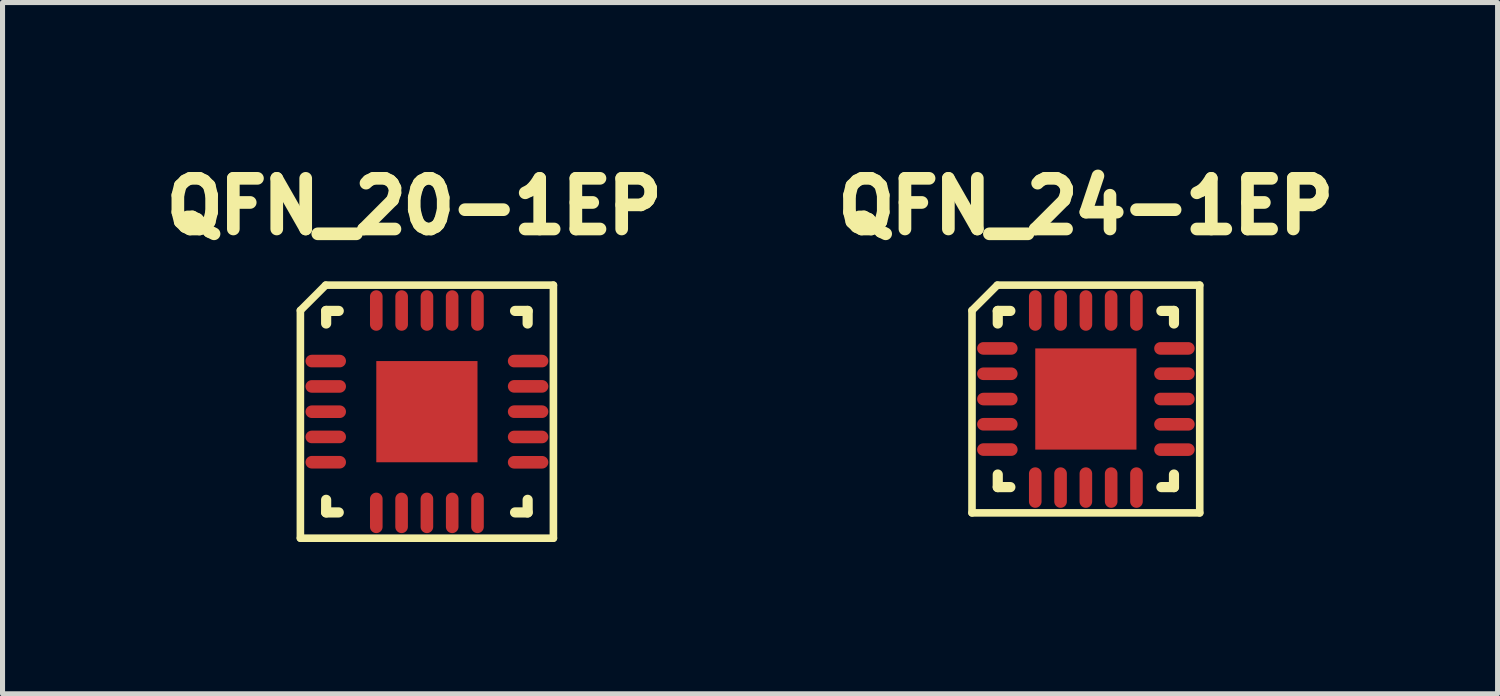
<source format=kicad_pcb>
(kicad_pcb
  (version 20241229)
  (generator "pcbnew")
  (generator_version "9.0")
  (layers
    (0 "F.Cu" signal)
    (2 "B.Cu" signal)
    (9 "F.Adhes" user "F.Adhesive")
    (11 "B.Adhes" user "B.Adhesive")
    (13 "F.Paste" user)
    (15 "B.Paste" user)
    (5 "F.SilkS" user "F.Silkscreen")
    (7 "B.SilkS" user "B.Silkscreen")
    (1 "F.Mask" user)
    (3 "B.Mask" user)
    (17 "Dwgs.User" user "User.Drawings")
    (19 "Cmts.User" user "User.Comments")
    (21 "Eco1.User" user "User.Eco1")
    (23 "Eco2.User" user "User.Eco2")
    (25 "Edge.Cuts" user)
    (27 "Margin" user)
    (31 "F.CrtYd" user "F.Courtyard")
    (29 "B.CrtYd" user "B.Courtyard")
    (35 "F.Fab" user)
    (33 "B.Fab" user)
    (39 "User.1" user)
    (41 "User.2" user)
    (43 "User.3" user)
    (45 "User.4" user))
  (footprint "QFN_20-1EP"
    (layer "F.Cu")
    (at 5.136 4.835)
    (property "Reference" "QFN_20-1EP" (at 0 -3.81 0) (layer "F.SilkS") (effects (font (size 1.001 1.001) (thickness 0.305))))
    (attr through_hole)
    (fp_line (start -2.25 2.75) (end -2.25 -1.75) (stroke (width 0.15) (type solid)) (layer "F.SilkS"))
    (fp_line (start -1.75 -2.25) (end -2.25 -1.75) (stroke (width 0.15) (type solid)) (layer "F.SilkS"))
    (fp_line (start -1.75 -2.25) (end 2.75 -2.25) (stroke (width 0.15) (type solid)) (layer "F.SilkS"))
    (fp_line (start -1.741 -1.741) (end -1.492 -1.741) (stroke (width 0.201) (type solid)) (layer "F.SilkS"))
    (fp_line (start -1.741 -1.492) (end -1.741 -1.741) (stroke (width 0.201) (type solid)) (layer "F.SilkS"))
    (fp_line (start -1.741 2.241) (end -1.741 1.992) (stroke (width 0.201) (type solid)) (layer "F.SilkS"))
    (fp_line (start -1.492 2.241) (end -1.741 2.241) (stroke (width 0.201) (type solid)) (layer "F.SilkS"))
    (fp_line (start 1.992 -1.741) (end 2.241 -1.741) (stroke (width 0.201) (type solid)) (layer "F.SilkS"))
    (fp_line (start 2.241 -1.741) (end 2.241 -1.492) (stroke (width 0.201) (type solid)) (layer "F.SilkS"))
    (fp_line (start 2.241 1.992) (end 2.241 2.241) (stroke (width 0.201) (type solid)) (layer "F.SilkS"))
    (fp_line (start 2.241 2.241) (end 1.992 2.241) (stroke (width 0.201) (type solid)) (layer "F.SilkS"))
    (fp_line (start 2.75 -2.25) (end 2.75 2.75) (stroke (width 0.15) (type solid)) (layer "F.SilkS"))
    (fp_line (start 2.75 2.75) (end -2.25 2.75) (stroke (width 0.15) (type solid)) (layer "F.SilkS"))
    (pad "1" smd oval (at -1.749 -0.75) (size 0.8 0.249) (layers "F.Cu" "F.Mask" "F.Paste"))
    (pad "2" smd oval (at -1.749 -0.249) (size 0.8 0.249) (layers "F.Cu" "F.Mask" "F.Paste"))
    (pad "3" smd oval (at -1.749 0.251) (size 0.8 0.249) (layers "F.Cu" "F.Mask" "F.Paste"))
    (pad "4" smd oval (at -1.749 0.749) (size 0.8 0.249) (layers "F.Cu" "F.Mask" "F.Paste"))
    (pad "5" smd oval (at -1.749 1.249) (size 0.8 0.249) (layers "F.Cu" "F.Mask" "F.Paste"))
    (pad "6" smd oval (at -0.75 2.25 90) (size 0.8 0.249) (layers "F.Cu" "F.Mask" "F.Paste"))
    (pad "7" smd oval (at -0.25 2.25 90) (size 0.8 0.249) (layers "F.Cu" "F.Mask" "F.Paste"))
    (pad "8" smd oval (at 0.25 2.25 90) (size 0.8 0.249) (layers "F.Cu" "F.Mask" "F.Paste"))
    (pad "9" smd oval (at 0.75 2.25 90) (size 0.8 0.249) (layers "F.Cu" "F.Mask" "F.Paste"))
    (pad "10" smd oval (at 1.25 2.25 90) (size 0.8 0.249) (layers "F.Cu" "F.Mask" "F.Paste"))
    (pad "11" smd oval (at 2.25 1.25 180) (size 0.8 0.249) (layers "F.Cu" "F.Mask" "F.Paste"))
    (pad "12" smd oval (at 2.25 0.75 180) (size 0.8 0.249) (layers "F.Cu" "F.Mask" "F.Paste"))
    (pad "13" smd oval (at 2.25 0.25 180) (size 0.8 0.249) (layers "F.Cu" "F.Mask" "F.Paste"))
    (pad "14" smd oval (at 2.25 -0.25 180) (size 0.8 0.249) (layers "F.Cu" "F.Mask" "F.Paste"))
    (pad "15" smd oval (at 2.25 -0.75 180) (size 0.8 0.249) (layers "F.Cu" "F.Mask" "F.Paste"))
    (pad "16" smd oval (at 1.249 -1.749 270) (size 0.8 0.249) (layers "F.Cu" "F.Mask" "F.Paste"))
    (pad "17" smd oval (at 0.749 -1.749 270) (size 0.8 0.249) (layers "F.Cu" "F.Mask" "F.Paste"))
    (pad "18" smd oval (at 0.251 -1.749 270) (size 0.8 0.249) (layers "F.Cu" "F.Mask" "F.Paste"))
    (pad "19" smd oval (at -0.249 -1.749 270) (size 0.8 0.249) (layers "F.Cu" "F.Mask" "F.Paste"))
    (pad "20" smd oval (at -0.75 -1.749 270) (size 0.8 0.249) (layers "F.Cu" "F.Mask" "F.Paste"))
    (pad "21" smd rect (at 0.25 0.25 270) (size 2 2) (layers "F.Cu" "F.Mask" "F.Paste")))
  (footprint "QFN_24-1EP"
    (layer "F.Cu")
    (at 18.408 4.835)
    (property "Reference" "QFN_24-1EP" (at 0 -3.81 0) (layer "F.SilkS") (effects (font (size 1.001 1.001) (thickness 0.305))))
    (attr through_hole)
    (fp_line (start -2.25 -1.75) (end -2.25 2.25) (stroke (width 0.15) (type solid)) (layer "F.SilkS"))
    (fp_line (start -2.25 2.25) (end 2.25 2.25) (stroke (width 0.15) (type solid)) (layer "F.SilkS"))
    (fp_line (start -1.75 -2.25) (end -2.25 -1.75) (stroke (width 0.15) (type solid)) (layer "F.SilkS"))
    (fp_line (start -1.741 -1.741) (end -1.492 -1.741) (stroke (width 0.201) (type solid)) (layer "F.SilkS"))
    (fp_line (start -1.741 -1.492) (end -1.741 -1.741) (stroke (width 0.201) (type solid)) (layer "F.SilkS"))
    (fp_line (start -1.741 1.741) (end -1.741 1.492) (stroke (width 0.201) (type solid)) (layer "F.SilkS"))
    (fp_line (start -1.492 1.741) (end -1.741 1.741) (stroke (width 0.201) (type solid)) (layer "F.SilkS"))
    (fp_line (start 1.492 -1.741) (end 1.741 -1.741) (stroke (width 0.201) (type solid)) (layer "F.SilkS"))
    (fp_line (start 1.741 -1.741) (end 1.741 -1.492) (stroke (width 0.201) (type solid)) (layer "F.SilkS"))
    (fp_line (start 1.741 1.492) (end 1.741 1.741) (stroke (width 0.201) (type solid)) (layer "F.SilkS"))
    (fp_line (start 1.741 1.741) (end 1.492 1.741) (stroke (width 0.201) (type solid)) (layer "F.SilkS"))
    (fp_line (start 2.25 -2.25) (end -1.75 -2.25) (stroke (width 0.15) (type solid)) (layer "F.SilkS"))
    (fp_line (start 2.25 2.25) (end 2.25 -2.25) (stroke (width 0.15) (type solid)) (layer "F.SilkS"))
    (pad "1" smd oval (at -1.749 -1) (size 0.8 0.249) (layers "F.Cu" "F.Mask" "F.Paste"))
    (pad "2" smd oval (at -1.749 -0.499) (size 0.8 0.249) (layers "F.Cu" "F.Mask" "F.Paste"))
    (pad "3" smd oval (at -1.749 0.001) (size 0.8 0.249) (layers "F.Cu" "F.Mask" "F.Paste"))
    (pad "4" smd oval (at -1.749 0.499) (size 0.8 0.249) (layers "F.Cu" "F.Mask" "F.Paste"))
    (pad "5" smd oval (at -1.749 0.999) (size 0.8 0.249) (layers "F.Cu" "F.Mask" "F.Paste"))
    (pad "6" smd oval (at -1 1.75 90) (size 0.8 0.249) (layers "F.Cu" "F.Mask" "F.Paste"))
    (pad "7" smd oval (at -0.5 1.75 90) (size 0.8 0.249) (layers "F.Cu" "F.Mask" "F.Paste"))
    (pad "8" smd oval (at 0 1.75 90) (size 0.8 0.249) (layers "F.Cu" "F.Mask" "F.Paste"))
    (pad "9" smd oval (at 0.5 1.75 90) (size 0.8 0.249) (layers "F.Cu" "F.Mask" "F.Paste"))
    (pad "10" smd oval (at 1 1.75 90) (size 0.8 0.249) (layers "F.Cu" "F.Mask" "F.Paste"))
    (pad "11" smd oval (at 1.75 1 180) (size 0.8 0.249) (layers "F.Cu" "F.Mask" "F.Paste"))
    (pad "12" smd oval (at 1.75 0.5 180) (size 0.8 0.249) (layers "F.Cu" "F.Mask" "F.Paste"))
    (pad "13" smd oval (at 1.75 0 180) (size 0.8 0.249) (layers "F.Cu" "F.Mask" "F.Paste"))
    (pad "14" smd oval (at 1.75 -0.5 180) (size 0.8 0.249) (layers "F.Cu" "F.Mask" "F.Paste"))
    (pad "15" smd oval (at 1.75 -1 180) (size 0.8 0.249) (layers "F.Cu" "F.Mask" "F.Paste"))
    (pad "16" smd oval (at 0.999 -1.749 270) (size 0.8 0.249) (layers "F.Cu" "F.Mask" "F.Paste"))
    (pad "17" smd oval (at 0.499 -1.749 270) (size 0.8 0.249) (layers "F.Cu" "F.Mask" "F.Paste"))
    (pad "18" smd oval (at 0.001 -1.749 270) (size 0.8 0.249) (layers "F.Cu" "F.Mask" "F.Paste"))
    (pad "19" smd oval (at -0.499 -1.749 270) (size 0.8 0.249) (layers "F.Cu" "F.Mask" "F.Paste"))
    (pad "20" smd oval (at -1 -1.749 270) (size 0.8 0.249) (layers "F.Cu" "F.Mask" "F.Paste"))
    (pad "21" smd rect (at 0 0 270) (size 2 2) (layers "F.Cu" "F.Mask" "F.Paste")))
  (gr_rect
    (start -3 -3)
    (end 26.544 10.66)
    (stroke (width 0.1) (type default))
    (fill no)
    (layer "Edge.Cuts")))
</source>
